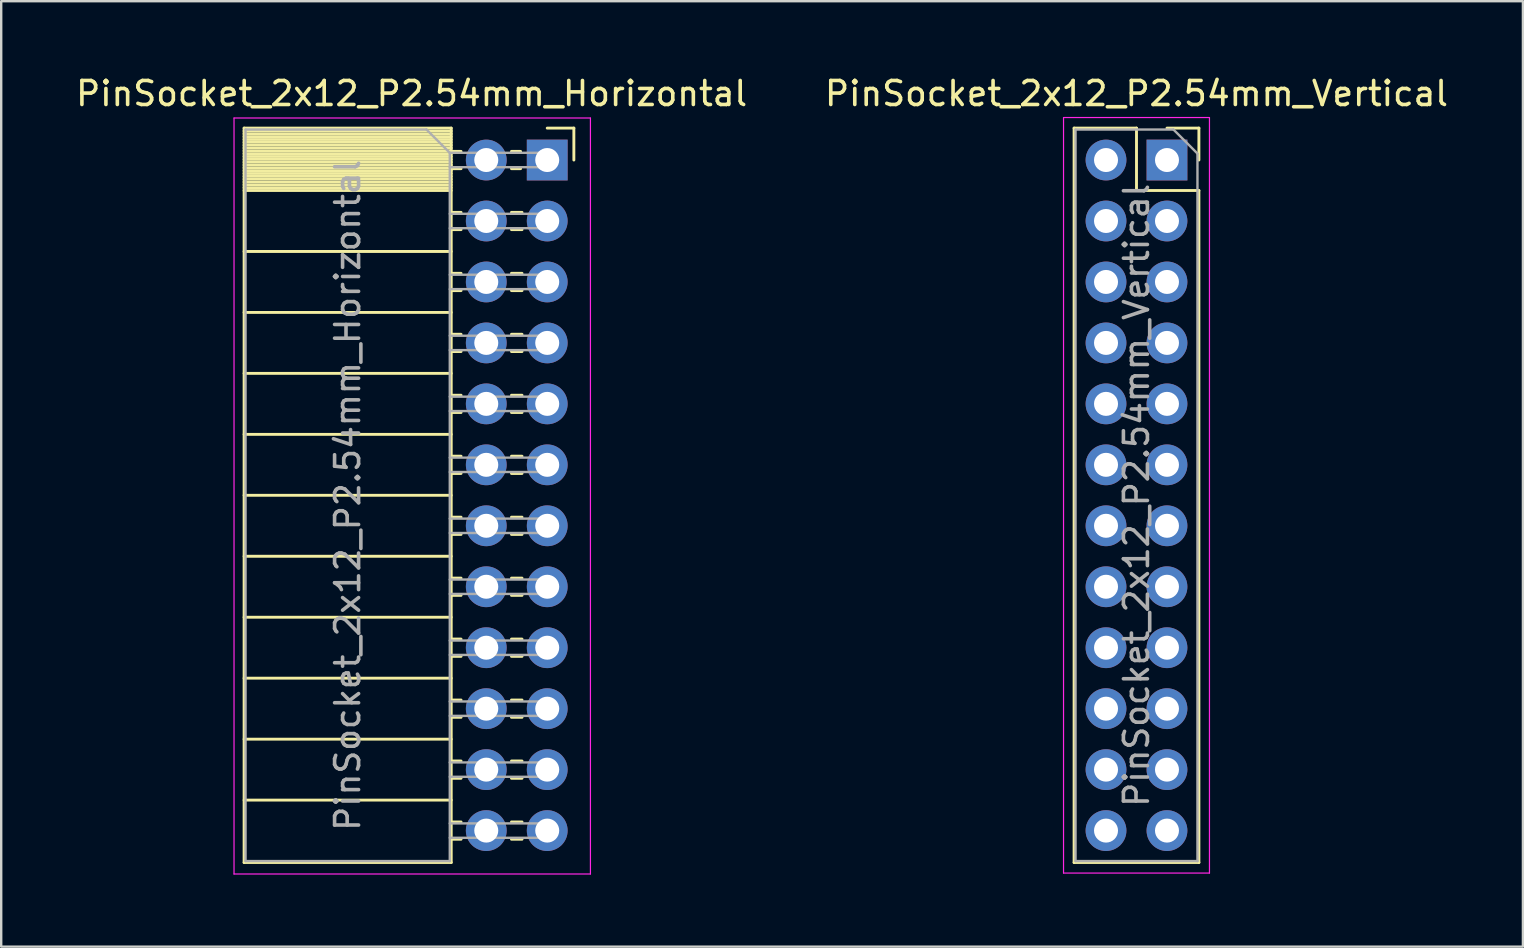
<source format=kicad_pcb>
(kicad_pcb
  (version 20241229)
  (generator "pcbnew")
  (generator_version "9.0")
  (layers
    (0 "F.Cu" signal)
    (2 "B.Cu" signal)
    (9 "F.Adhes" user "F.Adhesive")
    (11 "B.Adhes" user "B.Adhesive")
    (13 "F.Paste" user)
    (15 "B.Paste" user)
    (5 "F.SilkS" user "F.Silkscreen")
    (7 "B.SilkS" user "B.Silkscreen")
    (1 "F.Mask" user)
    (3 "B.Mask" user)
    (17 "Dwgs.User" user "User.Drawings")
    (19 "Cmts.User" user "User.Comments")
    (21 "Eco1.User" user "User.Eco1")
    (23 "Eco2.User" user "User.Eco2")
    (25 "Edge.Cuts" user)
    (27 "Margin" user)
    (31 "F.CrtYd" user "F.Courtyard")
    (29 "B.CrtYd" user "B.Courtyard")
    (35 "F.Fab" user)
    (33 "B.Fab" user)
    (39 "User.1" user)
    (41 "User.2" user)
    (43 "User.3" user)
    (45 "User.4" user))
  (footprint "PinSocket_2x12_P2.54mm_Vertical"
    (layer "F.Cu")
    (at 45.574 3.618)
    (property "Reference" "PinSocket_2x12_P2.54mm_Vertical" (at -1.27 -2.77 0) (layer "F.SilkS") (effects (font (size 1 1) (thickness 0.15))))
    (attr through_hole)
    (fp_line (start -3.87 -1.33) (end -3.87 29.27) (stroke (width 0.12) (type solid)) (layer "F.SilkS"))
    (fp_line (start -3.87 -1.33) (end -1.27 -1.33) (stroke (width 0.12) (type solid)) (layer "F.SilkS"))
    (fp_line (start -3.87 29.27) (end 1.33 29.27) (stroke (width 0.12) (type solid)) (layer "F.SilkS"))
    (fp_line (start -1.27 -1.33) (end -1.27 1.27) (stroke (width 0.12) (type solid)) (layer "F.SilkS"))
    (fp_line (start -1.27 1.27) (end 1.33 1.27) (stroke (width 0.12) (type solid)) (layer "F.SilkS"))
    (fp_line (start 0 -1.33) (end 1.33 -1.33) (stroke (width 0.12) (type solid)) (layer "F.SilkS"))
    (fp_line (start 1.33 -1.33) (end 1.33 0) (stroke (width 0.12) (type solid)) (layer "F.SilkS"))
    (fp_line (start 1.33 1.27) (end 1.33 29.27) (stroke (width 0.12) (type solid)) (layer "F.SilkS"))
    (fp_line (start -4.31 -1.77) (end 1.77 -1.77) (stroke (width 0.05) (type solid)) (layer "F.CrtYd"))
    (fp_line (start -4.31 29.71) (end -4.31 -1.77) (stroke (width 0.05) (type solid)) (layer "F.CrtYd"))
    (fp_line (start 1.77 -1.77) (end 1.77 29.71) (stroke (width 0.05) (type solid)) (layer "F.CrtYd"))
    (fp_line (start 1.77 29.71) (end -4.31 29.71) (stroke (width 0.05) (type solid)) (layer "F.CrtYd"))
    (fp_line (start -3.81 -1.27) (end 0.27 -1.27) (stroke (width 0.1) (type solid)) (layer "F.Fab"))
    (fp_line (start -3.81 29.21) (end -3.81 -1.27) (stroke (width 0.1) (type solid)) (layer "F.Fab"))
    (fp_line (start 0.27 -1.27) (end 1.27 -0.27) (stroke (width 0.1) (type solid)) (layer "F.Fab"))
    (fp_line (start 1.27 -0.27) (end 1.27 29.21) (stroke (width 0.1) (type solid)) (layer "F.Fab"))
    (fp_line (start 1.27 29.21) (end -3.81 29.21) (stroke (width 0.1) (type solid)) (layer "F.Fab"))
    (fp_text user "${REFERENCE}" (at -1.27 13.97 90) (layer "F.Fab") (effects (font (size 1 1) (thickness 0.15))))
    (pad "1" thru_hole rect (at 0 0) (size 1.7 1.7) (drill 1) (layers "*.Cu" "*.Mask"))
    (pad "2" thru_hole circle (at -2.54 0) (size 1.7 1.7) (drill 1) (layers "*.Cu" "*.Mask"))
    (pad "3" thru_hole circle (at 0 2.54) (size 1.7 1.7) (drill 1) (layers "*.Cu" "*.Mask"))
    (pad "4" thru_hole circle (at -2.54 2.54) (size 1.7 1.7) (drill 1) (layers "*.Cu" "*.Mask"))
    (pad "5" thru_hole circle (at 0 5.08) (size 1.7 1.7) (drill 1) (layers "*.Cu" "*.Mask"))
    (pad "6" thru_hole circle (at -2.54 5.08) (size 1.7 1.7) (drill 1) (layers "*.Cu" "*.Mask"))
    (pad "7" thru_hole circle (at 0 7.62) (size 1.7 1.7) (drill 1) (layers "*.Cu" "*.Mask"))
    (pad "8" thru_hole circle (at -2.54 7.62) (size 1.7 1.7) (drill 1) (layers "*.Cu" "*.Mask"))
    (pad "9" thru_hole circle (at 0 10.16) (size 1.7 1.7) (drill 1) (layers "*.Cu" "*.Mask"))
    (pad "10" thru_hole circle (at -2.54 10.16) (size 1.7 1.7) (drill 1) (layers "*.Cu" "*.Mask"))
    (pad "11" thru_hole circle (at 0 12.7) (size 1.7 1.7) (drill 1) (layers "*.Cu" "*.Mask"))
    (pad "12" thru_hole circle (at -2.54 12.7) (size 1.7 1.7) (drill 1) (layers "*.Cu" "*.Mask"))
    (pad "13" thru_hole circle (at 0 15.24) (size 1.7 1.7) (drill 1) (layers "*.Cu" "*.Mask"))
    (pad "14" thru_hole circle (at -2.54 15.24) (size 1.7 1.7) (drill 1) (layers "*.Cu" "*.Mask"))
    (pad "15" thru_hole circle (at 0 17.78) (size 1.7 1.7) (drill 1) (layers "*.Cu" "*.Mask"))
    (pad "16" thru_hole circle (at -2.54 17.78) (size 1.7 1.7) (drill 1) (layers "*.Cu" "*.Mask"))
    (pad "17" thru_hole circle (at 0 20.32) (size 1.7 1.7) (drill 1) (layers "*.Cu" "*.Mask"))
    (pad "18" thru_hole circle (at -2.54 20.32) (size 1.7 1.7) (drill 1) (layers "*.Cu" "*.Mask"))
    (pad "19" thru_hole circle (at 0 22.86) (size 1.7 1.7) (drill 1) (layers "*.Cu" "*.Mask"))
    (pad "20" thru_hole circle (at -2.54 22.86) (size 1.7 1.7) (drill 1) (layers "*.Cu" "*.Mask"))
    (pad "21" thru_hole circle (at 0 25.4) (size 1.7 1.7) (drill 1) (layers "*.Cu" "*.Mask"))
    (pad "22" thru_hole circle (at -2.54 25.4) (size 1.7 1.7) (drill 1) (layers "*.Cu" "*.Mask"))
    (pad "23" thru_hole circle (at 0 27.94) (size 1.7 1.7) (drill 1) (layers "*.Cu" "*.Mask"))
    (pad "24" thru_hole circle (at -2.54 27.94) (size 1.7 1.7) (drill 1) (layers "*.Cu" "*.Mask")))
  (footprint "PinSocket_2x12_P2.54mm_Horizontal"
    (layer "F.Cu")
    (at 19.751 3.618)
    (property "Reference" "PinSocket_2x12_P2.54mm_Horizontal" (at -5.65 -2.77 0) (layer "F.SilkS") (effects (font (size 1 1) (thickness 0.15))))
    (attr through_hole)
    (fp_line (start -12.63 -1.33) (end -12.63 29.27) (stroke (width 0.12) (type solid)) (layer "F.SilkS"))
    (fp_line (start -12.63 -1.33) (end -4 -1.33) (stroke (width 0.12) (type solid)) (layer "F.SilkS"))
    (fp_line (start -12.63 -1.21) (end -4 -1.21) (stroke (width 0.12) (type solid)) (layer "F.SilkS"))
    (fp_line (start -12.63 -1.092) (end -4 -1.092) (stroke (width 0.12) (type solid)) (layer "F.SilkS"))
    (fp_line (start -12.63 -0.974) (end -4 -0.974) (stroke (width 0.12) (type solid)) (layer "F.SilkS"))
    (fp_line (start -12.63 -0.856) (end -4 -0.856) (stroke (width 0.12) (type solid)) (layer "F.SilkS"))
    (fp_line (start -12.63 -0.738) (end -4 -0.738) (stroke (width 0.12) (type solid)) (layer "F.SilkS"))
    (fp_line (start -12.63 -0.62) (end -4 -0.62) (stroke (width 0.12) (type solid)) (layer "F.SilkS"))
    (fp_line (start -12.63 -0.501) (end -4 -0.501) (stroke (width 0.12) (type solid)) (layer "F.SilkS"))
    (fp_line (start -12.63 -0.383) (end -4 -0.383) (stroke (width 0.12) (type solid)) (layer "F.SilkS"))
    (fp_line (start -12.63 -0.265) (end -4 -0.265) (stroke (width 0.12) (type solid)) (layer "F.SilkS"))
    (fp_line (start -12.63 -0.147) (end -4 -0.147) (stroke (width 0.12) (type solid)) (layer "F.SilkS"))
    (fp_line (start -12.63 -0.029) (end -4 -0.029) (stroke (width 0.12) (type solid)) (layer "F.SilkS"))
    (fp_line (start -12.63 0.089) (end -4 0.089) (stroke (width 0.12) (type solid)) (layer "F.SilkS"))
    (fp_line (start -12.63 0.207) (end -4 0.207) (stroke (width 0.12) (type solid)) (layer "F.SilkS"))
    (fp_line (start -12.63 0.325) (end -4 0.325) (stroke (width 0.12) (type solid)) (layer "F.SilkS"))
    (fp_line (start -12.63 0.443) (end -4 0.443) (stroke (width 0.12) (type solid)) (layer "F.SilkS"))
    (fp_line (start -12.63 0.561) (end -4 0.561) (stroke (width 0.12) (type solid)) (layer "F.SilkS"))
    (fp_line (start -12.63 0.68) (end -4 0.68) (stroke (width 0.12) (type solid)) (layer "F.SilkS"))
    (fp_line (start -12.63 0.798) (end -4 0.798) (stroke (width 0.12) (type solid)) (layer "F.SilkS"))
    (fp_line (start -12.63 0.916) (end -4 0.916) (stroke (width 0.12) (type solid)) (layer "F.SilkS"))
    (fp_line (start -12.63 1.034) (end -4 1.034) (stroke (width 0.12) (type solid)) (layer "F.SilkS"))
    (fp_line (start -12.63 1.152) (end -4 1.152) (stroke (width 0.12) (type solid)) (layer "F.SilkS"))
    (fp_line (start -12.63 1.27) (end -4 1.27) (stroke (width 0.12) (type solid)) (layer "F.SilkS"))
    (fp_line (start -12.63 3.81) (end -4 3.81) (stroke (width 0.12) (type solid)) (layer "F.SilkS"))
    (fp_line (start -12.63 6.35) (end -4 6.35) (stroke (width 0.12) (type solid)) (layer "F.SilkS"))
    (fp_line (start -12.63 8.89) (end -4 8.89) (stroke (width 0.12) (type solid)) (layer "F.SilkS"))
    (fp_line (start -12.63 11.43) (end -4 11.43) (stroke (width 0.12) (type solid)) (layer "F.SilkS"))
    (fp_line (start -12.63 13.97) (end -4 13.97) (stroke (width 0.12) (type solid)) (layer "F.SilkS"))
    (fp_line (start -12.63 16.51) (end -4 16.51) (stroke (width 0.12) (type solid)) (layer "F.SilkS"))
    (fp_line (start -12.63 19.05) (end -4 19.05) (stroke (width 0.12) (type solid)) (layer "F.SilkS"))
    (fp_line (start -12.63 21.59) (end -4 21.59) (stroke (width 0.12) (type solid)) (layer "F.SilkS"))
    (fp_line (start -12.63 24.13) (end -4 24.13) (stroke (width 0.12) (type solid)) (layer "F.SilkS"))
    (fp_line (start -12.63 26.67) (end -4 26.67) (stroke (width 0.12) (type solid)) (layer "F.SilkS"))
    (fp_line (start -12.63 29.27) (end -4 29.27) (stroke (width 0.12) (type solid)) (layer "F.SilkS"))
    (fp_line (start -4 -1.33) (end -4 29.27) (stroke (width 0.12) (type solid)) (layer "F.SilkS"))
    (fp_line (start -4 -0.36) (end -3.59 -0.36) (stroke (width 0.12) (type solid)) (layer "F.SilkS"))
    (fp_line (start -4 0.36) (end -3.59 0.36) (stroke (width 0.12) (type solid)) (layer "F.SilkS"))
    (fp_line (start -4 2.18) (end -3.59 2.18) (stroke (width 0.12) (type solid)) (layer "F.SilkS"))
    (fp_line (start -4 2.9) (end -3.59 2.9) (stroke (width 0.12) (type solid)) (layer "F.SilkS"))
    (fp_line (start -4 4.72) (end -3.59 4.72) (stroke (width 0.12) (type solid)) (layer "F.SilkS"))
    (fp_line (start -4 5.44) (end -3.59 5.44) (stroke (width 0.12) (type solid)) (layer "F.SilkS"))
    (fp_line (start -4 7.26) (end -3.59 7.26) (stroke (width 0.12) (type solid)) (layer "F.SilkS"))
    (fp_line (start -4 7.98) (end -3.59 7.98) (stroke (width 0.12) (type solid)) (layer "F.SilkS"))
    (fp_line (start -4 9.8) (end -3.59 9.8) (stroke (width 0.12) (type solid)) (layer "F.SilkS"))
    (fp_line (start -4 10.52) (end -3.59 10.52) (stroke (width 0.12) (type solid)) (layer "F.SilkS"))
    (fp_line (start -4 12.34) (end -3.59 12.34) (stroke (width 0.12) (type solid)) (layer "F.SilkS"))
    (fp_line (start -4 13.06) (end -3.59 13.06) (stroke (width 0.12) (type solid)) (layer "F.SilkS"))
    (fp_line (start -4 14.88) (end -3.59 14.88) (stroke (width 0.12) (type solid)) (layer "F.SilkS"))
    (fp_line (start -4 15.6) (end -3.59 15.6) (stroke (width 0.12) (type solid)) (layer "F.SilkS"))
    (fp_line (start -4 17.42) (end -3.59 17.42) (stroke (width 0.12) (type solid)) (layer "F.SilkS"))
    (fp_line (start -4 18.14) (end -3.59 18.14) (stroke (width 0.12) (type solid)) (layer "F.SilkS"))
    (fp_line (start -4 19.96) (end -3.59 19.96) (stroke (width 0.12) (type solid)) (layer "F.SilkS"))
    (fp_line (start -4 20.68) (end -3.59 20.68) (stroke (width 0.12) (type solid)) (layer "F.SilkS"))
    (fp_line (start -4 22.5) (end -3.59 22.5) (stroke (width 0.12) (type solid)) (layer "F.SilkS"))
    (fp_line (start -4 23.22) (end -3.59 23.22) (stroke (width 0.12) (type solid)) (layer "F.SilkS"))
    (fp_line (start -4 25.04) (end -3.59 25.04) (stroke (width 0.12) (type solid)) (layer "F.SilkS"))
    (fp_line (start -4 25.76) (end -3.59 25.76) (stroke (width 0.12) (type solid)) (layer "F.SilkS"))
    (fp_line (start -4 27.58) (end -3.59 27.58) (stroke (width 0.12) (type solid)) (layer "F.SilkS"))
    (fp_line (start -4 28.3) (end -3.59 28.3) (stroke (width 0.12) (type solid)) (layer "F.SilkS"))
    (fp_line (start -1.49 -0.36) (end -1.11 -0.36) (stroke (width 0.12) (type solid)) (layer "F.SilkS"))
    (fp_line (start -1.49 0.36) (end -1.11 0.36) (stroke (width 0.12) (type solid)) (layer "F.SilkS"))
    (fp_line (start -1.49 2.18) (end -1.05 2.18) (stroke (width 0.12) (type solid)) (layer "F.SilkS"))
    (fp_line (start -1.49 2.9) (end -1.05 2.9) (stroke (width 0.12) (type solid)) (layer "F.SilkS"))
    (fp_line (start -1.49 4.72) (end -1.05 4.72) (stroke (width 0.12) (type solid)) (layer "F.SilkS"))
    (fp_line (start -1.49 5.44) (end -1.05 5.44) (stroke (width 0.12) (type solid)) (layer "F.SilkS"))
    (fp_line (start -1.49 7.26) (end -1.05 7.26) (stroke (width 0.12) (type solid)) (layer "F.SilkS"))
    (fp_line (start -1.49 7.98) (end -1.05 7.98) (stroke (width 0.12) (type solid)) (layer "F.SilkS"))
    (fp_line (start -1.49 9.8) (end -1.05 9.8) (stroke (width 0.12) (type solid)) (layer "F.SilkS"))
    (fp_line (start -1.49 10.52) (end -1.05 10.52) (stroke (width 0.12) (type solid)) (layer "F.SilkS"))
    (fp_line (start -1.49 12.34) (end -1.05 12.34) (stroke (width 0.12) (type solid)) (layer "F.SilkS"))
    (fp_line (start -1.49 13.06) (end -1.05 13.06) (stroke (width 0.12) (type solid)) (layer "F.SilkS"))
    (fp_line (start -1.49 14.88) (end -1.05 14.88) (stroke (width 0.12) (type solid)) (layer "F.SilkS"))
    (fp_line (start -1.49 15.6) (end -1.05 15.6) (stroke (width 0.12) (type solid)) (layer "F.SilkS"))
    (fp_line (start -1.49 17.42) (end -1.05 17.42) (stroke (width 0.12) (type solid)) (layer "F.SilkS"))
    (fp_line (start -1.49 18.14) (end -1.05 18.14) (stroke (width 0.12) (type solid)) (layer "F.SilkS"))
    (fp_line (start -1.49 19.96) (end -1.05 19.96) (stroke (width 0.12) (type solid)) (layer "F.SilkS"))
    (fp_line (start -1.49 20.68) (end -1.05 20.68) (stroke (width 0.12) (type solid)) (layer "F.SilkS"))
    (fp_line (start -1.49 22.5) (end -1.05 22.5) (stroke (width 0.12) (type solid)) (layer "F.SilkS"))
    (fp_line (start -1.49 23.22) (end -1.05 23.22) (stroke (width 0.12) (type solid)) (layer "F.SilkS"))
    (fp_line (start -1.49 25.04) (end -1.05 25.04) (stroke (width 0.12) (type solid)) (layer "F.SilkS"))
    (fp_line (start -1.49 25.76) (end -1.05 25.76) (stroke (width 0.12) (type solid)) (layer "F.SilkS"))
    (fp_line (start -1.49 27.58) (end -1.05 27.58) (stroke (width 0.12) (type solid)) (layer "F.SilkS"))
    (fp_line (start -1.49 28.3) (end -1.05 28.3) (stroke (width 0.12) (type solid)) (layer "F.SilkS"))
    (fp_line (start 0 -1.33) (end 1.11 -1.33) (stroke (width 0.12) (type solid)) (layer "F.SilkS"))
    (fp_line (start 1.11 -1.33) (end 1.11 0) (stroke (width 0.12) (type solid)) (layer "F.SilkS"))
    (fp_line (start -13.05 -1.75) (end -13.05 29.75) (stroke (width 0.05) (type solid)) (layer "F.CrtYd"))
    (fp_line (start -13.05 29.75) (end 1.8 29.75) (stroke (width 0.05) (type solid)) (layer "F.CrtYd"))
    (fp_line (start 1.8 -1.75) (end -13.05 -1.75) (stroke (width 0.05) (type solid)) (layer "F.CrtYd"))
    (fp_line (start 1.8 29.75) (end 1.8 -1.75) (stroke (width 0.05) (type solid)) (layer "F.CrtYd"))
    (fp_line (start -12.57 -1.27) (end -5.03 -1.27) (stroke (width 0.1) (type solid)) (layer "F.Fab"))
    (fp_line (start -12.57 29.21) (end -12.57 -1.27) (stroke (width 0.1) (type solid)) (layer "F.Fab"))
    (fp_line (start -5.03 -1.27) (end -4.06 -0.3) (stroke (width 0.1) (type solid)) (layer "F.Fab"))
    (fp_line (start -4.06 -0.3) (end -4.06 29.21) (stroke (width 0.1) (type solid)) (layer "F.Fab"))
    (fp_line (start -4.06 0.3) (end 0 0.3) (stroke (width 0.1) (type solid)) (layer "F.Fab"))
    (fp_line (start -4.06 2.84) (end 0 2.84) (stroke (width 0.1) (type solid)) (layer "F.Fab"))
    (fp_line (start -4.06 5.38) (end 0 5.38) (stroke (width 0.1) (type solid)) (layer "F.Fab"))
    (fp_line (start -4.06 7.92) (end 0 7.92) (stroke (width 0.1) (type solid)) (layer "F.Fab"))
    (fp_line (start -4.06 10.46) (end 0 10.46) (stroke (width 0.1) (type solid)) (layer "F.Fab"))
    (fp_line (start -4.06 13) (end 0 13) (stroke (width 0.1) (type solid)) (layer "F.Fab"))
    (fp_line (start -4.06 15.54) (end 0 15.54) (stroke (width 0.1) (type solid)) (layer "F.Fab"))
    (fp_line (start -4.06 18.08) (end 0 18.08) (stroke (width 0.1) (type solid)) (layer "F.Fab"))
    (fp_line (start -4.06 20.62) (end 0 20.62) (stroke (width 0.1) (type solid)) (layer "F.Fab"))
    (fp_line (start -4.06 23.16) (end 0 23.16) (stroke (width 0.1) (type solid)) (layer "F.Fab"))
    (fp_line (start -4.06 25.7) (end 0 25.7) (stroke (width 0.1) (type solid)) (layer "F.Fab"))
    (fp_line (start -4.06 28.24) (end 0 28.24) (stroke (width 0.1) (type solid)) (layer "F.Fab"))
    (fp_line (start -4.06 29.21) (end -12.57 29.21) (stroke (width 0.1) (type solid)) (layer "F.Fab"))
    (fp_line (start 0 -0.3) (end -4.06 -0.3) (stroke (width 0.1) (type solid)) (layer "F.Fab"))
    (fp_line (start 0 0.3) (end 0 -0.3) (stroke (width 0.1) (type solid)) (layer "F.Fab"))
    (fp_line (start 0 2.24) (end -4.06 2.24) (stroke (width 0.1) (type solid)) (layer "F.Fab"))
    (fp_line (start 0 2.84) (end 0 2.24) (stroke (width 0.1) (type solid)) (layer "F.Fab"))
    (fp_line (start 0 4.78) (end -4.06 4.78) (stroke (width 0.1) (type solid)) (layer "F.Fab"))
    (fp_line (start 0 5.38) (end 0 4.78) (stroke (width 0.1) (type solid)) (layer "F.Fab"))
    (fp_line (start 0 7.32) (end -4.06 7.32) (stroke (width 0.1) (type solid)) (layer "F.Fab"))
    (fp_line (start 0 7.92) (end 0 7.32) (stroke (width 0.1) (type solid)) (layer "F.Fab"))
    (fp_line (start 0 9.86) (end -4.06 9.86) (stroke (width 0.1) (type solid)) (layer "F.Fab"))
    (fp_line (start 0 10.46) (end 0 9.86) (stroke (width 0.1) (type solid)) (layer "F.Fab"))
    (fp_line (start 0 12.4) (end -4.06 12.4) (stroke (width 0.1) (type solid)) (layer "F.Fab"))
    (fp_line (start 0 13) (end 0 12.4) (stroke (width 0.1) (type solid)) (layer "F.Fab"))
    (fp_line (start 0 14.94) (end -4.06 14.94) (stroke (width 0.1) (type solid)) (layer "F.Fab"))
    (fp_line (start 0 15.54) (end 0 14.94) (stroke (width 0.1) (type solid)) (layer "F.Fab"))
    (fp_line (start 0 17.48) (end -4.06 17.48) (stroke (width 0.1) (type solid)) (layer "F.Fab"))
    (fp_line (start 0 18.08) (end 0 17.48) (stroke (width 0.1) (type solid)) (layer "F.Fab"))
    (fp_line (start 0 20.02) (end -4.06 20.02) (stroke (width 0.1) (type solid)) (layer "F.Fab"))
    (fp_line (start 0 20.62) (end 0 20.02) (stroke (width 0.1) (type solid)) (layer "F.Fab"))
    (fp_line (start 0 22.56) (end -4.06 22.56) (stroke (width 0.1) (type solid)) (layer "F.Fab"))
    (fp_line (start 0 23.16) (end 0 22.56) (stroke (width 0.1) (type solid)) (layer "F.Fab"))
    (fp_line (start 0 25.1) (end -4.06 25.1) (stroke (width 0.1) (type solid)) (layer "F.Fab"))
    (fp_line (start 0 25.7) (end 0 25.1) (stroke (width 0.1) (type solid)) (layer "F.Fab"))
    (fp_line (start 0 27.64) (end -4.06 27.64) (stroke (width 0.1) (type solid)) (layer "F.Fab"))
    (fp_line (start 0 28.24) (end 0 27.64) (stroke (width 0.1) (type solid)) (layer "F.Fab"))
    (fp_text user "${REFERENCE}" (at -8.315 13.97 90) (layer "F.Fab") (effects (font (size 1 1) (thickness 0.15))))
    (pad "1" thru_hole rect (at 0 0) (size 1.7 1.7) (drill 1) (layers "*.Cu" "*.Mask"))
    (pad "2" thru_hole oval (at -2.54 0) (size 1.7 1.7) (drill 1) (layers "*.Cu" "*.Mask"))
    (pad "3" thru_hole oval (at 0 2.54) (size 1.7 1.7) (drill 1) (layers "*.Cu" "*.Mask"))
    (pad "4" thru_hole oval (at -2.54 2.54) (size 1.7 1.7) (drill 1) (layers "*.Cu" "*.Mask"))
    (pad "5" thru_hole oval (at 0 5.08) (size 1.7 1.7) (drill 1) (layers "*.Cu" "*.Mask"))
    (pad "6" thru_hole oval (at -2.54 5.08) (size 1.7 1.7) (drill 1) (layers "*.Cu" "*.Mask"))
    (pad "7" thru_hole oval (at 0 7.62) (size 1.7 1.7) (drill 1) (layers "*.Cu" "*.Mask"))
    (pad "8" thru_hole oval (at -2.54 7.62) (size 1.7 1.7) (drill 1) (layers "*.Cu" "*.Mask"))
    (pad "9" thru_hole oval (at 0 10.16) (size 1.7 1.7) (drill 1) (layers "*.Cu" "*.Mask"))
    (pad "10" thru_hole oval (at -2.54 10.16) (size 1.7 1.7) (drill 1) (layers "*.Cu" "*.Mask"))
    (pad "11" thru_hole oval (at 0 12.7) (size 1.7 1.7) (drill 1) (layers "*.Cu" "*.Mask"))
    (pad "12" thru_hole oval (at -2.54 12.7) (size 1.7 1.7) (drill 1) (layers "*.Cu" "*.Mask"))
    (pad "13" thru_hole oval (at 0 15.24) (size 1.7 1.7) (drill 1) (layers "*.Cu" "*.Mask"))
    (pad "14" thru_hole oval (at -2.54 15.24) (size 1.7 1.7) (drill 1) (layers "*.Cu" "*.Mask"))
    (pad "15" thru_hole oval (at 0 17.78) (size 1.7 1.7) (drill 1) (layers "*.Cu" "*.Mask"))
    (pad "16" thru_hole oval (at -2.54 17.78) (size 1.7 1.7) (drill 1) (layers "*.Cu" "*.Mask"))
    (pad "17" thru_hole oval (at 0 20.32) (size 1.7 1.7) (drill 1) (layers "*.Cu" "*.Mask"))
    (pad "18" thru_hole oval (at -2.54 20.32) (size 1.7 1.7) (drill 1) (layers "*.Cu" "*.Mask"))
    (pad "19" thru_hole oval (at 0 22.86) (size 1.7 1.7) (drill 1) (layers "*.Cu" "*.Mask"))
    (pad "20" thru_hole oval (at -2.54 22.86) (size 1.7 1.7) (drill 1) (layers "*.Cu" "*.Mask"))
    (pad "21" thru_hole oval (at 0 25.4) (size 1.7 1.7) (drill 1) (layers "*.Cu" "*.Mask"))
    (pad "22" thru_hole oval (at -2.54 25.4) (size 1.7 1.7) (drill 1) (layers "*.Cu" "*.Mask"))
    (pad "23" thru_hole oval (at 0 27.94) (size 1.7 1.7) (drill 1) (layers "*.Cu" "*.Mask"))
    (pad "24" thru_hole oval (at -2.54 27.94) (size 1.7 1.7) (drill 1) (layers "*.Cu" "*.Mask")))
  (gr_rect
    (start -3 -3)
    (end 60.405 36.393)
    (stroke (width 0.1) (type default))
    (fill no)
    (layer "Edge.Cuts")))
</source>
